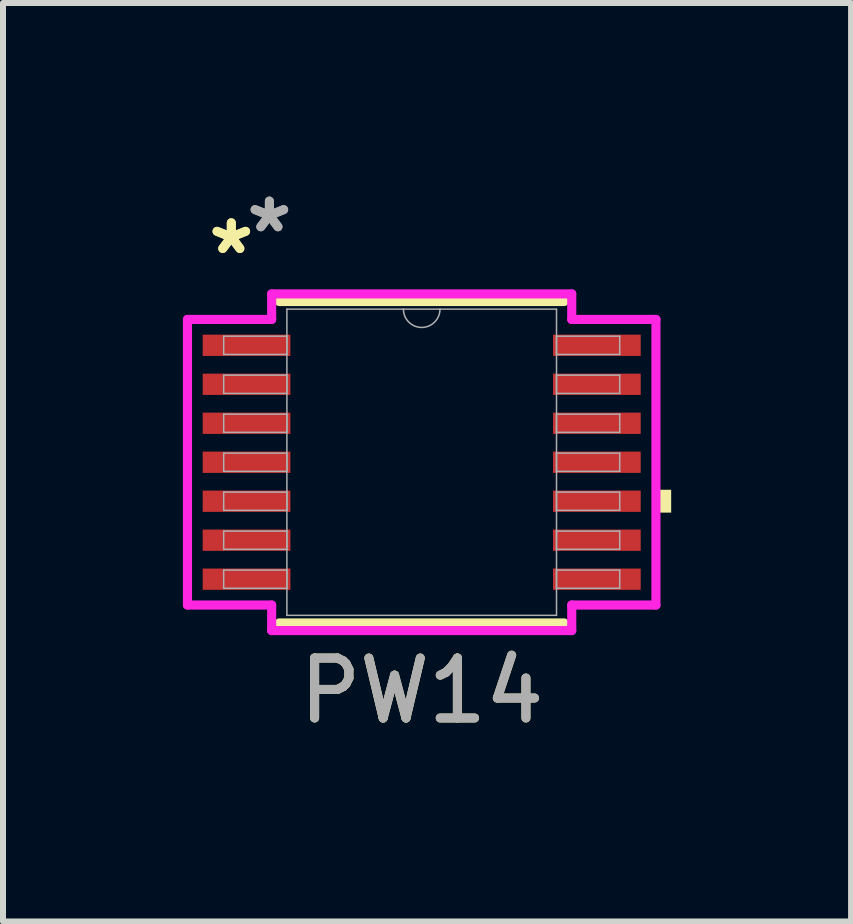
<source format=kicad_pcb>
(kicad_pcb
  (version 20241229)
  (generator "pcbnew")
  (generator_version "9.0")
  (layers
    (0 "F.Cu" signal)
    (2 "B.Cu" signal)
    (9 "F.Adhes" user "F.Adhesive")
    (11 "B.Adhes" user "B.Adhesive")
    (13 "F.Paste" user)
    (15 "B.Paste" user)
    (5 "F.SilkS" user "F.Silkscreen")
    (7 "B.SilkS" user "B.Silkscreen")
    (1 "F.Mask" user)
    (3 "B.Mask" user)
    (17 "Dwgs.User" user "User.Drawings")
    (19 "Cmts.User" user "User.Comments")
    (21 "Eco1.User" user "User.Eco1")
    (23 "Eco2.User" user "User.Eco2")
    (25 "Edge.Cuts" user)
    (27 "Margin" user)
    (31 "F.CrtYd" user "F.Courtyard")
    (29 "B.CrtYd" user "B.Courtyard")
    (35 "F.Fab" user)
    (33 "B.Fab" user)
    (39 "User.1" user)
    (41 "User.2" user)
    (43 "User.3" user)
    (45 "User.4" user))
  (footprint "PW14"
    (layer "F.Cu")
    (at 3.982 4.658)
    (property "Reference" "PW14" (at 0 3.81 0) (unlocked yes) (layer "F.SilkS") (effects (font (size 1 1) (thickness 0.15))))
    (attr smd)
    (fp_line (start -2.375 2.68) (end 2.375 2.68) (stroke (width 0.152) (type solid)) (layer "F.SilkS"))
    (fp_line (start 2.375 -2.68) (end -2.375 -2.68) (stroke (width 0.152) (type solid)) (layer "F.SilkS"))
    (fp_poly (pts (xy 4.16 0.459) (xy 4.16 0.84) (xy 3.906 0.84) (xy 3.906 0.459)) (stroke (width 0) (type solid)) (fill yes) (layer "F.SilkS"))
    (fp_line (start -3.906 -2.381) (end -2.502 -2.381) (stroke (width 0.152) (type solid)) (layer "F.CrtYd"))
    (fp_line (start -3.906 2.381) (end -3.906 -2.381) (stroke (width 0.152) (type solid)) (layer "F.CrtYd"))
    (fp_line (start -3.906 2.381) (end -2.502 2.381) (stroke (width 0.152) (type solid)) (layer "F.CrtYd"))
    (fp_line (start -2.502 -2.807) (end 2.502 -2.807) (stroke (width 0.152) (type solid)) (layer "F.CrtYd"))
    (fp_line (start -2.502 -2.381) (end -2.502 -2.807) (stroke (width 0.152) (type solid)) (layer "F.CrtYd"))
    (fp_line (start -2.502 2.807) (end -2.502 2.381) (stroke (width 0.152) (type solid)) (layer "F.CrtYd"))
    (fp_line (start 2.502 -2.807) (end 2.502 -2.381) (stroke (width 0.152) (type solid)) (layer "F.CrtYd"))
    (fp_line (start 2.502 2.381) (end 2.502 2.807) (stroke (width 0.152) (type solid)) (layer "F.CrtYd"))
    (fp_line (start 2.502 2.807) (end -2.502 2.807) (stroke (width 0.152) (type solid)) (layer "F.CrtYd"))
    (fp_line (start 3.906 -2.381) (end 2.502 -2.381) (stroke (width 0.152) (type solid)) (layer "F.CrtYd"))
    (fp_line (start 3.906 -2.381) (end 3.906 2.381) (stroke (width 0.152) (type solid)) (layer "F.CrtYd"))
    (fp_line (start 3.906 2.381) (end 2.502 2.381) (stroke (width 0.152) (type solid)) (layer "F.CrtYd"))
    (fp_line (start -3.302 -2.102) (end -3.302 -1.798) (stroke (width 0.025) (type solid)) (layer "F.Fab"))
    (fp_line (start -3.302 -1.798) (end -2.248 -1.798) (stroke (width 0.025) (type solid)) (layer "F.Fab"))
    (fp_line (start -3.302 -1.452) (end -3.302 -1.148) (stroke (width 0.025) (type solid)) (layer "F.Fab"))
    (fp_line (start -3.302 -1.148) (end -2.248 -1.148) (stroke (width 0.025) (type solid)) (layer "F.Fab"))
    (fp_line (start -3.302 -0.802) (end -3.302 -0.498) (stroke (width 0.025) (type solid)) (layer "F.Fab"))
    (fp_line (start -3.302 -0.498) (end -2.248 -0.498) (stroke (width 0.025) (type solid)) (layer "F.Fab"))
    (fp_line (start -3.302 -0.152) (end -3.302 0.152) (stroke (width 0.025) (type solid)) (layer "F.Fab"))
    (fp_line (start -3.302 0.152) (end -2.248 0.152) (stroke (width 0.025) (type solid)) (layer "F.Fab"))
    (fp_line (start -3.302 0.498) (end -3.302 0.802) (stroke (width 0.025) (type solid)) (layer "F.Fab"))
    (fp_line (start -3.302 0.802) (end -2.248 0.802) (stroke (width 0.025) (type solid)) (layer "F.Fab"))
    (fp_line (start -3.302 1.148) (end -3.302 1.452) (stroke (width 0.025) (type solid)) (layer "F.Fab"))
    (fp_line (start -3.302 1.452) (end -2.248 1.452) (stroke (width 0.025) (type solid)) (layer "F.Fab"))
    (fp_line (start -3.302 1.798) (end -3.302 2.102) (stroke (width 0.025) (type solid)) (layer "F.Fab"))
    (fp_line (start -3.302 2.102) (end -2.248 2.102) (stroke (width 0.025) (type solid)) (layer "F.Fab"))
    (fp_line (start -2.248 -2.553) (end -2.248 2.553) (stroke (width 0.025) (type solid)) (layer "F.Fab"))
    (fp_line (start -2.248 -2.102) (end -3.302 -2.102) (stroke (width 0.025) (type solid)) (layer "F.Fab"))
    (fp_line (start -2.248 -1.798) (end -2.248 -2.102) (stroke (width 0.025) (type solid)) (layer "F.Fab"))
    (fp_line (start -2.248 -1.452) (end -3.302 -1.452) (stroke (width 0.025) (type solid)) (layer "F.Fab"))
    (fp_line (start -2.248 -1.148) (end -2.248 -1.452) (stroke (width 0.025) (type solid)) (layer "F.Fab"))
    (fp_line (start -2.248 -0.802) (end -3.302 -0.802) (stroke (width 0.025) (type solid)) (layer "F.Fab"))
    (fp_line (start -2.248 -0.498) (end -2.248 -0.802) (stroke (width 0.025) (type solid)) (layer "F.Fab"))
    (fp_line (start -2.248 -0.152) (end -3.302 -0.152) (stroke (width 0.025) (type solid)) (layer "F.Fab"))
    (fp_line (start -2.248 0.152) (end -2.248 -0.152) (stroke (width 0.025) (type solid)) (layer "F.Fab"))
    (fp_line (start -2.248 0.498) (end -3.302 0.498) (stroke (width 0.025) (type solid)) (layer "F.Fab"))
    (fp_line (start -2.248 0.802) (end -2.248 0.498) (stroke (width 0.025) (type solid)) (layer "F.Fab"))
    (fp_line (start -2.248 1.148) (end -3.302 1.148) (stroke (width 0.025) (type solid)) (layer "F.Fab"))
    (fp_line (start -2.248 1.452) (end -2.248 1.148) (stroke (width 0.025) (type solid)) (layer "F.Fab"))
    (fp_line (start -2.248 1.798) (end -3.302 1.798) (stroke (width 0.025) (type solid)) (layer "F.Fab"))
    (fp_line (start -2.248 2.102) (end -2.248 1.798) (stroke (width 0.025) (type solid)) (layer "F.Fab"))
    (fp_line (start -2.248 2.553) (end 2.248 2.553) (stroke (width 0.025) (type solid)) (layer "F.Fab"))
    (fp_line (start 2.248 -2.553) (end -2.248 -2.553) (stroke (width 0.025) (type solid)) (layer "F.Fab"))
    (fp_line (start 2.248 -2.102) (end 2.248 -1.798) (stroke (width 0.025) (type solid)) (layer "F.Fab"))
    (fp_line (start 2.248 -1.798) (end 3.302 -1.798) (stroke (width 0.025) (type solid)) (layer "F.Fab"))
    (fp_line (start 2.248 -1.452) (end 2.248 -1.148) (stroke (width 0.025) (type solid)) (layer "F.Fab"))
    (fp_line (start 2.248 -1.148) (end 3.302 -1.148) (stroke (width 0.025) (type solid)) (layer "F.Fab"))
    (fp_line (start 2.248 -0.802) (end 2.248 -0.498) (stroke (width 0.025) (type solid)) (layer "F.Fab"))
    (fp_line (start 2.248 -0.498) (end 3.302 -0.498) (stroke (width 0.025) (type solid)) (layer "F.Fab"))
    (fp_line (start 2.248 -0.152) (end 2.248 0.152) (stroke (width 0.025) (type solid)) (layer "F.Fab"))
    (fp_line (start 2.248 0.152) (end 3.302 0.152) (stroke (width 0.025) (type solid)) (layer "F.Fab"))
    (fp_line (start 2.248 0.498) (end 2.248 0.802) (stroke (width 0.025) (type solid)) (layer "F.Fab"))
    (fp_line (start 2.248 0.802) (end 3.302 0.802) (stroke (width 0.025) (type solid)) (layer "F.Fab"))
    (fp_line (start 2.248 1.148) (end 2.248 1.452) (stroke (width 0.025) (type solid)) (layer "F.Fab"))
    (fp_line (start 2.248 1.452) (end 3.302 1.452) (stroke (width 0.025) (type solid)) (layer "F.Fab"))
    (fp_line (start 2.248 1.798) (end 2.248 2.102) (stroke (width 0.025) (type solid)) (layer "F.Fab"))
    (fp_line (start 2.248 2.102) (end 3.302 2.102) (stroke (width 0.025) (type solid)) (layer "F.Fab"))
    (fp_line (start 2.248 2.553) (end 2.248 -2.553) (stroke (width 0.025) (type solid)) (layer "F.Fab"))
    (fp_line (start 3.302 -2.102) (end 2.248 -2.102) (stroke (width 0.025) (type solid)) (layer "F.Fab"))
    (fp_line (start 3.302 -1.798) (end 3.302 -2.102) (stroke (width 0.025) (type solid)) (layer "F.Fab"))
    (fp_line (start 3.302 -1.452) (end 2.248 -1.452) (stroke (width 0.025) (type solid)) (layer "F.Fab"))
    (fp_line (start 3.302 -1.148) (end 3.302 -1.452) (stroke (width 0.025) (type solid)) (layer "F.Fab"))
    (fp_line (start 3.302 -0.802) (end 2.248 -0.802) (stroke (width 0.025) (type solid)) (layer "F.Fab"))
    (fp_line (start 3.302 -0.498) (end 3.302 -0.802) (stroke (width 0.025) (type solid)) (layer "F.Fab"))
    (fp_line (start 3.302 -0.152) (end 2.248 -0.152) (stroke (width 0.025) (type solid)) (layer "F.Fab"))
    (fp_line (start 3.302 0.152) (end 3.302 -0.152) (stroke (width 0.025) (type solid)) (layer "F.Fab"))
    (fp_line (start 3.302 0.498) (end 2.248 0.498) (stroke (width 0.025) (type solid)) (layer "F.Fab"))
    (fp_line (start 3.302 0.802) (end 3.302 0.498) (stroke (width 0.025) (type solid)) (layer "F.Fab"))
    (fp_line (start 3.302 1.148) (end 2.248 1.148) (stroke (width 0.025) (type solid)) (layer "F.Fab"))
    (fp_line (start 3.302 1.452) (end 3.302 1.148) (stroke (width 0.025) (type solid)) (layer "F.Fab"))
    (fp_line (start 3.302 1.798) (end 2.248 1.798) (stroke (width 0.025) (type solid)) (layer "F.Fab"))
    (fp_line (start 3.302 2.102) (end 3.302 1.798) (stroke (width 0.025) (type solid)) (layer "F.Fab"))
    (fp_arc (start 0.3048 -2.5527) (mid 0 -2.2479) (end -0.3048 -2.5527) (stroke (width 0.0254) (type solid)) (layer "F.Fab"))
    (fp_text user "*" (at -3.175 -3.448 0) (unlocked yes) (layer "F.SilkS") (effects (font (size 1 1) (thickness 0.15))))
    (fp_text user "*" (at -3.175 -3.448 0) (layer "F.SilkS") (effects (font (size 1 1) (thickness 0.15))))
    (fp_text user "${REFERENCE}" (at 0 3.81 0) (unlocked yes) (layer "F.Fab") (effects (font (size 1 1) (thickness 0.15))))
    (fp_text user "*" (at -2.54 -3.81 0) (unlocked yes) (layer "F.Fab") (effects (font (size 1 1) (thickness 0.15))))
    (fp_text user "*" (at -2.54 -3.81 0) (layer "F.Fab") (effects (font (size 1 1) (thickness 0.15))))
    (pad "1" smd rect (at -2.921 -1.95) (size 1.462 0.355) (layers "F.Cu" "F.Mask" "F.Paste"))
    (pad "2" smd rect (at -2.921 -1.3) (size 1.462 0.355) (layers "F.Cu" "F.Mask" "F.Paste"))
    (pad "3" smd rect (at -2.921 -0.65) (size 1.462 0.355) (layers "F.Cu" "F.Mask" "F.Paste"))
    (pad "4" smd rect (at -2.921 0) (size 1.462 0.355) (layers "F.Cu" "F.Mask" "F.Paste"))
    (pad "5" smd rect (at -2.921 0.65) (size 1.462 0.355) (layers "F.Cu" "F.Mask" "F.Paste"))
    (pad "6" smd rect (at -2.921 1.3) (size 1.462 0.355) (layers "F.Cu" "F.Mask" "F.Paste"))
    (pad "7" smd rect (at -2.921 1.95) (size 1.462 0.355) (layers "F.Cu" "F.Mask" "F.Paste"))
    (pad "8" smd rect (at 2.921 1.95) (size 1.462 0.355) (layers "F.Cu" "F.Mask" "F.Paste"))
    (pad "9" smd rect (at 2.921 1.3) (size 1.462 0.355) (layers "F.Cu" "F.Mask" "F.Paste"))
    (pad "10" smd rect (at 2.921 0.65) (size 1.462 0.355) (layers "F.Cu" "F.Mask" "F.Paste"))
    (pad "11" smd rect (at 2.921 0) (size 1.462 0.355) (layers "F.Cu" "F.Mask" "F.Paste"))
    (pad "12" smd rect (at 2.921 -0.65) (size 1.462 0.355) (layers "F.Cu" "F.Mask" "F.Paste"))
    (pad "13" smd rect (at 2.921 -1.3) (size 1.462 0.355) (layers "F.Cu" "F.Mask" "F.Paste"))
    (pad "14" smd rect (at 2.921 -1.95) (size 1.462 0.355) (layers "F.Cu" "F.Mask" "F.Paste")))
  (gr_rect
    (start -3 -3)
    (end 11.142 12.316)
    (stroke (width 0.1) (type default))
    (fill no)
    (layer "Edge.Cuts")))
</source>
